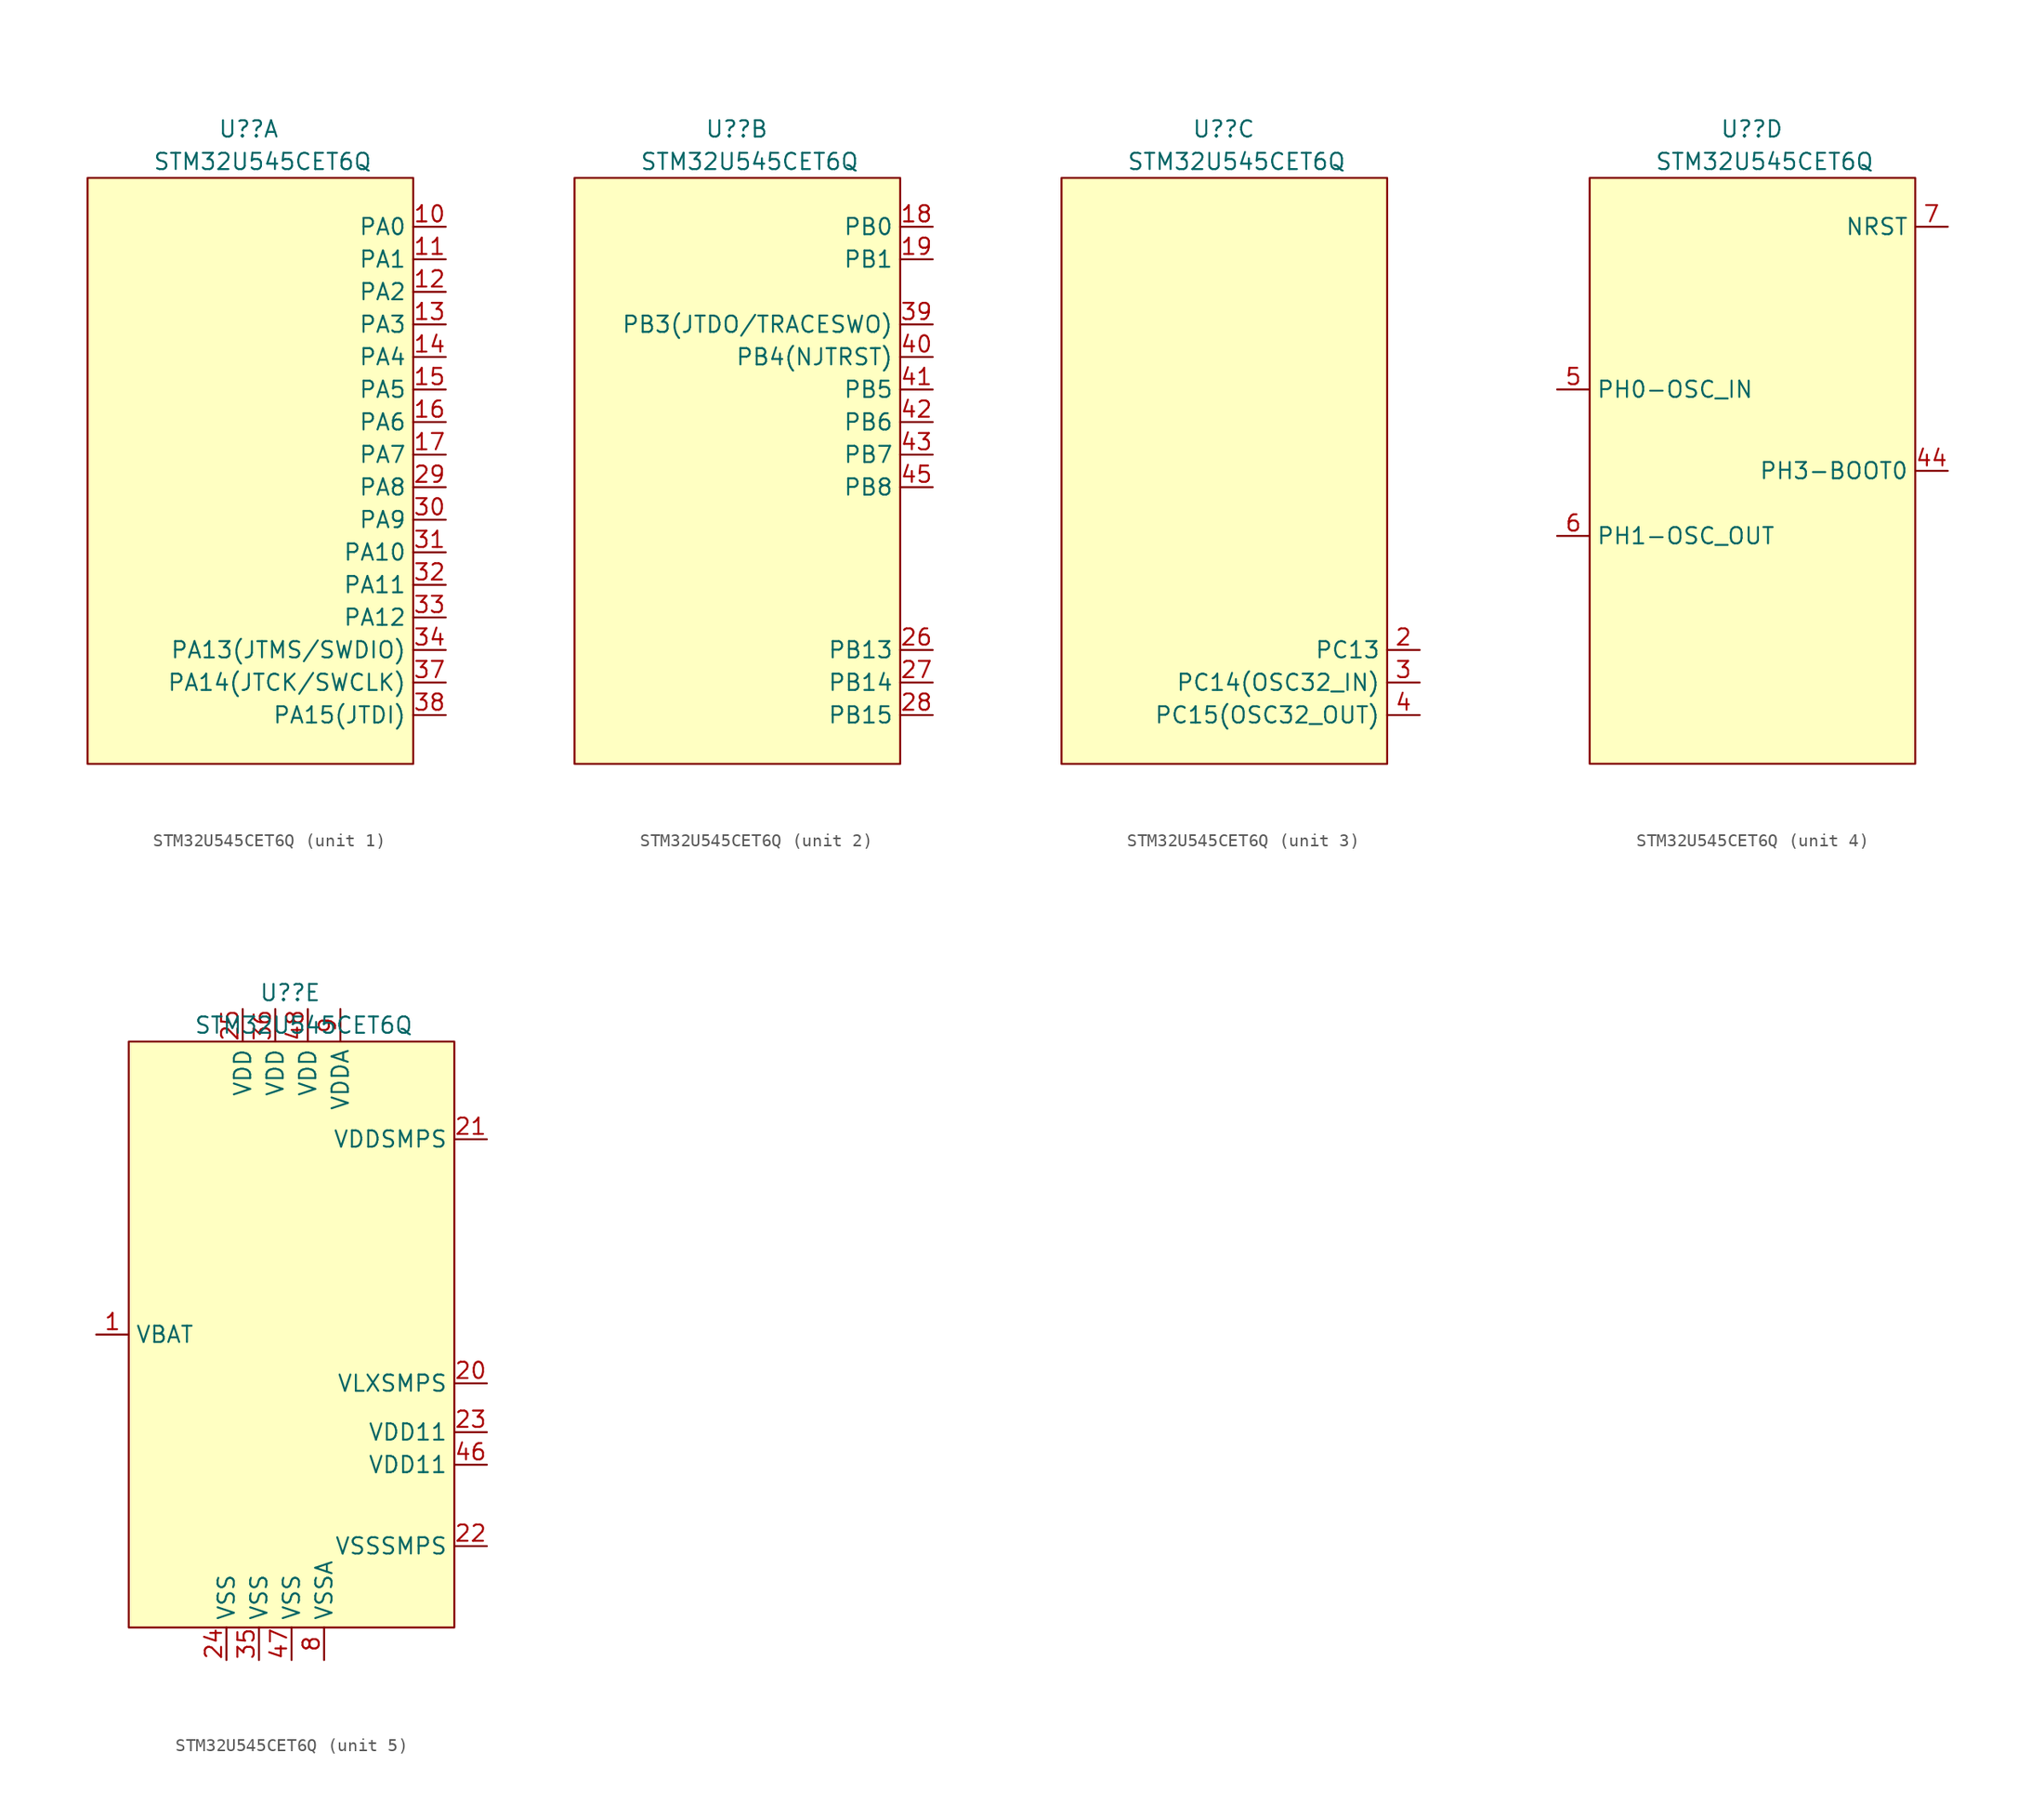
<source format=kicad_sym>
(kicad_symbol_lib
  (version 20220914)
  (generator kicad_symbol_editor)
  (symbol "STM32U545CET6Q"
    (property "Reference" "U?"
      (at -2.54 26.67 0)
      (effects (font (size 1.27 1.27)) (justify left)))
    (property "Value" "STM32U545CET6Q"
      (at -7.62 24.13 0)
      (effects (font (size 1.27 1.27)) (justify left)))
    (property "ki_locked" ""
      (at 0 0 0)
      (effects (font (size 1.27 1.27))))
    (symbol "STM32U545CET6Q_0_1"
      (rectangle (start -12.7 22.86) (end 12.7 -22.86) (stroke (width 0) (type default)) (fill (type background))))
    (symbol "STM32U545CET6Q_1_1"
      (pin bidirectional line (at 15.24 19.05 180) (length 2.54) (name "PA0" (effects (font (size 1.27 1.27)))) (number "10" (effects (font (size 1.27 1.27)))) (alternate "ADC1_IN5" bidirectional line) (alternate "AUDIOCLK" bidirectional line) (alternate "OCTOSPIM_P2_NCS" bidirectional line) (alternate "OPAMP1_VINP" bidirectional line) (alternate "PWR_WKUP1" bidirectional line) (alternate "SPI3_RDY" bidirectional line) (alternate "TAMP_IN2" bidirectional line) (alternate "TAMP_OUT1" bidirectional line) (alternate "TIM2_CH1" bidirectional line) (alternate "TIM2_ETR" bidirectional line) (alternate "TIM5_CH1" bidirectional line) (alternate "TIM8_ETR" bidirectional line) (alternate "UART4_TX" bidirectional line) (alternate "USART2_CTS" bidirectional line))
      (pin bidirectional line (at 15.24 16.51 180) (length 2.54) (name "PA1" (effects (font (size 1.27 1.27)))) (number "11" (effects (font (size 1.27 1.27)))) (alternate "ADC1_IN6" bidirectional line) (alternate "I2C1_SMBA" bidirectional line) (alternate "LPTIM1_CH2" bidirectional line) (alternate "OCTOSPIM_P1_DQS" bidirectional line) (alternate "OPAMP1_VINM" bidirectional line) (alternate "PWR_WKUP3" bidirectional line) (alternate "SPI1_SCK" bidirectional line) (alternate "TAMP_IN5" bidirectional line) (alternate "TAMP_OUT4" bidirectional line) (alternate "TIM15_CH1N" bidirectional line) (alternate "TIM2_CH2" bidirectional line) (alternate "TIM5_CH2" bidirectional line) (alternate "UART4_RX" bidirectional line) (alternate "USART2_DE" bidirectional line) (alternate "USART2_RTS" bidirectional line))
      (pin bidirectional line (at 15.24 13.97 180) (length 2.54) (name "PA2" (effects (font (size 1.27 1.27)))) (number "12" (effects (font (size 1.27 1.27)))) (alternate "ADC1_IN7" bidirectional line) (alternate "COMP1_INP" bidirectional line) (alternate "LPUART1_TX" bidirectional line) (alternate "OCTOSPIM_P1_NCS" bidirectional line) (alternate "PWR_WKUP4" bidirectional line) (alternate "RCC_LSCO" bidirectional line) (alternate "SPI1_RDY" bidirectional line) (alternate "TIM15_CH1" bidirectional line) (alternate "TIM2_CH3" bidirectional line) (alternate "TIM5_CH3" bidirectional line) (alternate "UCPD1_FRSTX1" bidirectional line) (alternate "USART2_TX" bidirectional line))
      (pin bidirectional line (at 15.24 11.43 180) (length 2.54) (name "PA3" (effects (font (size 1.27 1.27)))) (number "13" (effects (font (size 1.27 1.27)))) (alternate "ADC1_IN8" bidirectional line) (alternate "LPUART1_RX" bidirectional line) (alternate "OCTOSPIM_P1_CLK" bidirectional line) (alternate "OPAMP1_VOUT" bidirectional line) (alternate "PWR_WKUP5" bidirectional line) (alternate "SAI1_CK1" bidirectional line) (alternate "SAI1_MCLK_A" bidirectional line) (alternate "TIM15_CH2" bidirectional line) (alternate "TIM2_CH4" bidirectional line) (alternate "TIM5_CH4" bidirectional line) (alternate "USART2_RX" bidirectional line))
      (pin bidirectional line (at 15.24 8.89 180) (length 2.54) (name "PA4" (effects (font (size 1.27 1.27)))) (number "14" (effects (font (size 1.27 1.27)))) (alternate "ADC1_IN9" bidirectional line) (alternate "ADC4_IN9" bidirectional line) (alternate "DAC1_OUT1" bidirectional line) (alternate "LPTIM2_CH1" bidirectional line) (alternate "OCTOSPIM_P1_NCS" bidirectional line) (alternate "PWR_WKUP2" bidirectional line) (alternate "SAI1_FS_B" bidirectional line) (alternate "SPI1_NSS" bidirectional line) (alternate "SPI3_NSS" bidirectional line) (alternate "USART2_CK" bidirectional line))
      (pin bidirectional line (at 15.24 6.35 180) (length 2.54) (name "PA5" (effects (font (size 1.27 1.27)))) (number "15" (effects (font (size 1.27 1.27)))) (alternate "ADC1_IN10" bidirectional line) (alternate "ADC4_IN10" bidirectional line) (alternate "DAC1_OUT2" bidirectional line) (alternate "LPTIM2_ETR" bidirectional line) (alternate "PWR_CSLEEP" bidirectional line) (alternate "PWR_WKUP6" bidirectional line) (alternate "SPI1_SCK" bidirectional line) (alternate "TIM2_CH1" bidirectional line) (alternate "TIM2_ETR" bidirectional line) (alternate "TIM8_CH1N" bidirectional line) (alternate "USART3_RX" bidirectional line))
      (pin bidirectional line (at 15.24 3.81 180) (length 2.54) (name "PA6" (effects (font (size 1.27 1.27)))) (number "16" (effects (font (size 1.27 1.27)))) (alternate "ADC1_IN11" bidirectional line) (alternate "ADC4_IN11" bidirectional line) (alternate "LPUART1_CTS" bidirectional line) (alternate "OCTOSPIM_P1_IO3" bidirectional line) (alternate "OPAMP2_VINP" bidirectional line) (alternate "PWR_CDSTOP" bidirectional line) (alternate "PWR_WKUP7" bidirectional line) (alternate "SPI1_MISO" bidirectional line) (alternate "TIM16_CH1" bidirectional line) (alternate "TIM1_BKIN" bidirectional line) (alternate "TIM3_CH1" bidirectional line) (alternate "TIM8_BKIN" bidirectional line) (alternate "USART3_CTS" bidirectional line))
      (pin bidirectional line (at 15.24 1.27 180) (length 2.54) (name "PA7" (effects (font (size 1.27 1.27)))) (number "17" (effects (font (size 1.27 1.27)))) (alternate "ADC1_IN12" bidirectional line) (alternate "ADC4_IN20" bidirectional line) (alternate "I2C3_SCL" bidirectional line) (alternate "LPTIM2_CH2" bidirectional line) (alternate "OCTOSPIM_P1_IO2" bidirectional line) (alternate "OPAMP2_VINM" bidirectional line) (alternate "PWR_SRDSTOP" bidirectional line) (alternate "PWR_WKUP8" bidirectional line) (alternate "SPI1_MOSI" bidirectional line) (alternate "TIM17_CH1" bidirectional line) (alternate "TIM1_CH1N" bidirectional line) (alternate "TIM3_CH2" bidirectional line) (alternate "TIM8_CH1N" bidirectional line) (alternate "USART3_TX" bidirectional line))
      (pin bidirectional line (at 15.24 -1.27 180) (length 2.54) (name "PA8" (effects (font (size 1.27 1.27)))) (number "29" (effects (font (size 1.27 1.27)))) (alternate "DEBUG_TRACECLK" bidirectional line) (alternate "LPTIM2_CH1" bidirectional line) (alternate "RCC_MCO" bidirectional line) (alternate "SAI1_CK2" bidirectional line) (alternate "SAI1_SCK_A" bidirectional line) (alternate "SPI1_RDY" bidirectional line) (alternate "TIM1_CH1" bidirectional line) (alternate "USART1_CK" bidirectional line) (alternate "USB_OTG_FS_SOF" bidirectional line))
      (pin bidirectional line (at 15.24 -3.81 180) (length 2.54) (name "PA9" (effects (font (size 1.27 1.27)))) (number "30" (effects (font (size 1.27 1.27)))) (alternate "DAC1_EXTI9" bidirectional line) (alternate "SAI1_FS_A" bidirectional line) (alternate "SPI2_SCK" bidirectional line) (alternate "TIM15_BKIN" bidirectional line) (alternate "TIM1_CH2" bidirectional line) (alternate "USART1_TX" bidirectional line) (alternate "USB_OTG_FS_VBUS" bidirectional line))
      (pin bidirectional line (at 15.24 -6.35 180) (length 2.54) (name "PA10" (effects (font (size 1.27 1.27)))) (number "31" (effects (font (size 1.27 1.27)))) (alternate "CRS_SYNC" bidirectional line) (alternate "LPTIM2_IN2" bidirectional line) (alternate "SAI1_D1" bidirectional line) (alternate "SAI1_SD_A" bidirectional line) (alternate "TIM17_BKIN" bidirectional line) (alternate "TIM1_CH3" bidirectional line) (alternate "USART1_RX" bidirectional line) (alternate "USB_OTG_FS_ID" bidirectional line))
      (pin bidirectional line (at 15.24 -8.89 180) (length 2.54) (name "PA11" (effects (font (size 1.27 1.27)))) (number "32" (effects (font (size 1.27 1.27)))) (alternate "ADC1_EXTI11" bidirectional line) (alternate "FDCAN1_RX" bidirectional line) (alternate "SPI1_MISO" bidirectional line) (alternate "TIM1_BKIN2" bidirectional line) (alternate "TIM1_CH4" bidirectional line) (alternate "USART1_CTS" bidirectional line) (alternate "USB_OTG_FS_DM" bidirectional line))
      (pin bidirectional line (at 15.24 -11.43 180) (length 2.54) (name "PA12" (effects (font (size 1.27 1.27)))) (number "33" (effects (font (size 1.27 1.27)))) (alternate "FDCAN1_TX" bidirectional line) (alternate "OCTOSPIM_P2_NCS" bidirectional line) (alternate "SPI1_MOSI" bidirectional line) (alternate "TIM1_ETR" bidirectional line) (alternate "USART1_DE" bidirectional line) (alternate "USART1_RTS" bidirectional line) (alternate "USB_OTG_FS_DP" bidirectional line))
      (pin bidirectional line (at 15.24 -13.97 180) (length 2.54) (name "PA13(JTMS/SWDIO)" (effects (font (size 1.27 1.27)))) (number "34" (effects (font (size 1.27 1.27)))) (alternate "DEBUG_JTMS-SWDIO" bidirectional line) (alternate "IR_OUT" bidirectional line) (alternate "SAI1_SD_B" bidirectional line) (alternate "USB_OTG_FS_NOE" bidirectional line))
      (pin bidirectional line (at 15.24 -16.51 180) (length 2.54) (name "PA14(JTCK/SWCLK)" (effects (font (size 1.27 1.27)))) (number "37" (effects (font (size 1.27 1.27)))) (alternate "DEBUG_JTCK-SWCLK" bidirectional line) (alternate "I2C1_SMBA" bidirectional line) (alternate "I2C4_SMBA" bidirectional line) (alternate "LPTIM1_CH1" bidirectional line) (alternate "SAI1_FS_B" bidirectional line) (alternate "USB_OTG_FS_SOF" bidirectional line))
      (pin bidirectional line (at 15.24 -19.05 180) (length 2.54) (name "PA15(JTDI)" (effects (font (size 1.27 1.27)))) (number "38" (effects (font (size 1.27 1.27)))) (alternate "ADC1_EXTI15" bidirectional line) (alternate "ADC4_EXTI15" bidirectional line) (alternate "DEBUG_JTDI" bidirectional line) (alternate "SPI1_NSS" bidirectional line) (alternate "SPI3_NSS" bidirectional line) (alternate "TIM2_CH1" bidirectional line) (alternate "TIM2_ETR" bidirectional line) (alternate "UART4_DE" bidirectional line) (alternate "UART4_RTS" bidirectional line) (alternate "UCPD1_CC1" bidirectional line) (alternate "USART2_RX" bidirectional line) (alternate "USART3_DE" bidirectional line) (alternate "USART3_RTS" bidirectional line)))
    (symbol "STM32U545CET6Q_2_1"
      (pin bidirectional line (at 15.24 19.05 180) (length 2.54) (name "PB0" (effects (font (size 1.27 1.27)))) (number "18" (effects (font (size 1.27 1.27)))) (alternate "ADC1_IN15" bidirectional line) (alternate "ADC4_IN18" bidirectional line) (alternate "AUDIOCLK" bidirectional line) (alternate "COMP1_OUT" bidirectional line) (alternate "LPTIM3_CH1" bidirectional line) (alternate "OCTOSPIM_P1_IO1" bidirectional line) (alternate "OPAMP2_VOUT" bidirectional line) (alternate "SPI1_NSS" bidirectional line) (alternate "TIM1_CH2N" bidirectional line) (alternate "TIM3_CH3" bidirectional line) (alternate "TIM8_CH2N" bidirectional line) (alternate "USART3_CK" bidirectional line))
      (pin bidirectional line (at 15.24 16.51 180) (length 2.54) (name "PB1" (effects (font (size 1.27 1.27)))) (number "19" (effects (font (size 1.27 1.27)))) (alternate "ADC1_IN16" bidirectional line) (alternate "ADC4_IN19" bidirectional line) (alternate "COMP1_INM" bidirectional line) (alternate "LPTIM2_IN1" bidirectional line) (alternate "LPTIM3_CH2" bidirectional line) (alternate "LPUART1_DE" bidirectional line) (alternate "LPUART1_RTS" bidirectional line) (alternate "MDF1_SDI0" bidirectional line) (alternate "OCTOSPIM_P1_IO0" bidirectional line) (alternate "PWR_WKUP4" bidirectional line) (alternate "TIM1_CH3N" bidirectional line) (alternate "TIM3_CH4" bidirectional line) (alternate "TIM8_CH3N" bidirectional line) (alternate "USART3_DE" bidirectional line) (alternate "USART3_RTS" bidirectional line))
      (pin bidirectional line (at 15.24 -13.97 180) (length 2.54) (name "PB13" (effects (font (size 1.27 1.27)))) (number "26" (effects (font (size 1.27 1.27)))) (alternate "I2C2_SCL" bidirectional line) (alternate "LPTIM3_IN1" bidirectional line) (alternate "LPUART1_CTS" bidirectional line) (alternate "MDF1_CKI1" bidirectional line) (alternate "SPI2_SCK" bidirectional line) (alternate "TIM15_CH1N" bidirectional line) (alternate "TIM1_CH1N" bidirectional line) (alternate "TSC_G1_IO2" bidirectional line) (alternate "USART3_CTS" bidirectional line))
      (pin bidirectional line (at 15.24 -16.51 180) (length 2.54) (name "PB14" (effects (font (size 1.27 1.27)))) (number "27" (effects (font (size 1.27 1.27)))) (alternate "I2C2_SDA" bidirectional line) (alternate "LPTIM3_ETR" bidirectional line) (alternate "MDF1_SDI2" bidirectional line) (alternate "SPI2_MISO" bidirectional line) (alternate "TIM15_CH1" bidirectional line) (alternate "TIM1_CH2N" bidirectional line) (alternate "TIM8_CH2N" bidirectional line) (alternate "TSC_G1_IO3" bidirectional line) (alternate "UCPD1_DBCC2" bidirectional line) (alternate "USART3_DE" bidirectional line) (alternate "USART3_RTS" bidirectional line))
      (pin bidirectional line (at 15.24 -19.05 180) (length 2.54) (name "PB15" (effects (font (size 1.27 1.27)))) (number "28" (effects (font (size 1.27 1.27)))) (alternate "ADC1_EXTI15" bidirectional line) (alternate "ADC4_EXTI15" bidirectional line) (alternate "LPTIM2_IN2" bidirectional line) (alternate "MDF1_CKI2" bidirectional line) (alternate "PWR_WKUP7" bidirectional line) (alternate "RTC_REFIN" bidirectional line) (alternate "SPI2_MOSI" bidirectional line) (alternate "TIM15_CH2" bidirectional line) (alternate "TIM1_CH3N" bidirectional line) (alternate "TIM8_CH3N" bidirectional line) (alternate "UCPD1_CC2" bidirectional line))
      (pin bidirectional line (at 15.24 11.43 180) (length 2.54) (name "PB3(JTDO/TRACESWO)" (effects (font (size 1.27 1.27)))) (number "39" (effects (font (size 1.27 1.27)))) (alternate "ADF1_CCK0" bidirectional line) (alternate "COMP2_INM" bidirectional line) (alternate "CRS_SYNC" bidirectional line) (alternate "DEBUG_JTDO-SWO" bidirectional line) (alternate "I2C1_SDA" bidirectional line) (alternate "LPTIM1_CH1" bidirectional line) (alternate "SAI1_SCK_B" bidirectional line) (alternate "SPI1_SCK" bidirectional line) (alternate "SPI3_SCK" bidirectional line) (alternate "TIM2_CH2" bidirectional line) (alternate "USART1_DE" bidirectional line) (alternate "USART1_RTS" bidirectional line))
      (pin bidirectional line (at 15.24 8.89 180) (length 2.54) (name "PB4(NJTRST)" (effects (font (size 1.27 1.27)))) (number "40" (effects (font (size 1.27 1.27)))) (alternate "ADF1_SDI0" bidirectional line) (alternate "COMP2_INP" bidirectional line) (alternate "DEBUG_JTRST" bidirectional line) (alternate "I2C3_SDA" bidirectional line) (alternate "LPTIM1_CH2" bidirectional line) (alternate "SAI1_MCLK_B" bidirectional line) (alternate "SPI1_MISO" bidirectional line) (alternate "SPI3_MISO" bidirectional line) (alternate "TIM17_BKIN" bidirectional line) (alternate "TIM3_CH1" bidirectional line) (alternate "TSC_G2_IO1" bidirectional line) (alternate "USART1_CTS" bidirectional line))
      (pin bidirectional line (at 15.24 6.35 180) (length 2.54) (name "PB5" (effects (font (size 1.27 1.27)))) (number "41" (effects (font (size 1.27 1.27)))) (alternate "COMP2_OUT" bidirectional line) (alternate "I2C1_SMBA" bidirectional line) (alternate "LPTIM1_IN1" bidirectional line) (alternate "OCTOSPIM_P1_NCLK" bidirectional line) (alternate "PWR_WKUP6" bidirectional line) (alternate "SAI1_SD_B" bidirectional line) (alternate "SPI1_MOSI" bidirectional line) (alternate "SPI3_MOSI" bidirectional line) (alternate "TIM16_BKIN" bidirectional line) (alternate "TIM3_CH2" bidirectional line) (alternate "TSC_G2_IO2" bidirectional line) (alternate "UCPD1_DBCC1" bidirectional line) (alternate "USART1_CK" bidirectional line))
      (pin bidirectional line (at 15.24 3.81 180) (length 2.54) (name "PB6" (effects (font (size 1.27 1.27)))) (number "42" (effects (font (size 1.27 1.27)))) (alternate "COMP2_INP" bidirectional line) (alternate "I2C1_SCL" bidirectional line) (alternate "I2C4_SCL" bidirectional line) (alternate "LPTIM1_ETR" bidirectional line) (alternate "MDF1_SDI5" bidirectional line) (alternate "PWR_WKUP3" bidirectional line) (alternate "SAI1_FS_B" bidirectional line) (alternate "TIM16_CH1N" bidirectional line) (alternate "TIM4_CH1" bidirectional line) (alternate "TIM8_BKIN2" bidirectional line) (alternate "TSC_G2_IO3" bidirectional line) (alternate "USART1_TX" bidirectional line))
      (pin bidirectional line (at 15.24 1.27 180) (length 2.54) (name "PB7" (effects (font (size 1.27 1.27)))) (number "43" (effects (font (size 1.27 1.27)))) (alternate "COMP2_INM" bidirectional line) (alternate "I2C1_SDA" bidirectional line) (alternate "I2C4_SDA" bidirectional line) (alternate "LPTIM1_IN2" bidirectional line) (alternate "MDF1_CKI5" bidirectional line) (alternate "PWR_PVD_IN" bidirectional line) (alternate "PWR_WKUP4" bidirectional line) (alternate "TIM17_CH1N" bidirectional line) (alternate "TIM4_CH2" bidirectional line) (alternate "TIM8_BKIN" bidirectional line) (alternate "TSC_G2_IO4" bidirectional line) (alternate "UART4_CTS" bidirectional line) (alternate "USART1_RX" bidirectional line))
      (pin bidirectional line (at 15.24 -1.27 180) (length 2.54) (name "PB8" (effects (font (size 1.27 1.27)))) (number "45" (effects (font (size 1.27 1.27)))) (alternate "FDCAN1_RX" bidirectional line) (alternate "I2C1_SCL" bidirectional line) (alternate "MDF1_CCK0" bidirectional line) (alternate "PWR_WKUP5" bidirectional line) (alternate "SAI1_CK1" bidirectional line) (alternate "SAI1_MCLK_A" bidirectional line) (alternate "SPI3_RDY" bidirectional line) (alternate "TIM16_CH1" bidirectional line) (alternate "TIM4_CH3" bidirectional line)))
    (symbol "STM32U545CET6Q_3_1"
      (pin bidirectional line (at 15.24 -13.97 180) (length 2.54) (name "PC13" (effects (font (size 1.27 1.27)))) (number "2" (effects (font (size 1.27 1.27)))) (alternate "PWR_WKUP2" bidirectional line) (alternate "RTC_OUT1" bidirectional line) (alternate "RTC_TS" bidirectional line) (alternate "TAMP_IN1" bidirectional line) (alternate "TAMP_OUT2" bidirectional line))
      (pin bidirectional line (at 15.24 -16.51 180) (length 2.54) (name "PC14(OSC32_IN)" (effects (font (size 1.27 1.27)))) (number "3" (effects (font (size 1.27 1.27)))) (alternate "RCC_OSC32_IN" bidirectional line))
      (pin bidirectional line (at 15.24 -19.05 180) (length 2.54) (name "PC15(OSC32_OUT)" (effects (font (size 1.27 1.27)))) (number "4" (effects (font (size 1.27 1.27)))) (alternate "ADC1_EXTI15" bidirectional line) (alternate "ADC4_EXTI15" bidirectional line) (alternate "RCC_OSC32_OUT" bidirectional line)))
    (symbol "STM32U545CET6Q_4_1"
      (pin bidirectional line (at 15.24 0 180) (length 2.54) (name "PH3-BOOT0" (effects (font (size 1.27 1.27)))) (number "44" (effects (font (size 1.27 1.27)))))
      (pin bidirectional line (at -15.24 6.35 0) (length 2.54) (name "PH0-OSC_IN" (effects (font (size 1.27 1.27)))) (number "5" (effects (font (size 1.27 1.27)))) (alternate "RCC_OSC_IN" bidirectional line))
      (pin bidirectional line (at -15.24 -5.08 0) (length 2.54) (name "PH1-OSC_OUT" (effects (font (size 1.27 1.27)))) (number "6" (effects (font (size 1.27 1.27)))) (alternate "RCC_OSC_OUT" bidirectional line))
      (pin input line (at 15.24 19.05 180) (length 2.54) (name "NRST" (effects (font (size 1.27 1.27)))) (number "7" (effects (font (size 1.27 1.27))))))
    (symbol "STM32U545CET6Q_5_1"
      (pin power_in line (at -15.24 0 0) (length 2.54) (name "VBAT" (effects (font (size 1.27 1.27)))) (number "1" (effects (font (size 1.27 1.27)))))
      (pin bidirectional line (at 15.24 -3.81 180) (length 2.54) (name "VLXSMPS" (effects (font (size 1.27 1.27)))) (number "20" (effects (font (size 1.27 1.27)))) (alternate "ADC1_IN17" bidirectional line) (alternate "COMP1_INP" bidirectional line) (alternate "I2C3_SMBA" bidirectional line) (alternate "LPTIM1_CH1" bidirectional line) (alternate "MDF1_CKI0" bidirectional line) (alternate "OCTOSPIM_P1_DQS" bidirectional line) (alternate "PWR_WKUP1" bidirectional line) (alternate "RTC_OUT2" bidirectional line) (alternate "SPI1_RDY" bidirectional line) (alternate "TIM8_CH4N" bidirectional line) (alternate "UCPD1_FRSTX1" bidirectional line))
      (pin power_in line (at 15.24 15.24 180) (length 2.54) (name "VDDSMPS" (effects (font (size 1.27 1.27)))) (number "21" (effects (font (size 1.27 1.27)))) (alternate "COMP1_OUT" bidirectional line) (alternate "I2C2_SCL" bidirectional line) (alternate "I2C4_SCL" bidirectional line) (alternate "LPTIM3_CH1" bidirectional line) (alternate "LPUART1_RX" bidirectional line) (alternate "OCTOSPIM_P1_CLK" bidirectional line) (alternate "PWR_WKUP8" bidirectional line) (alternate "SAI1_SCK_A" bidirectional line) (alternate "SPI2_SCK" bidirectional line) (alternate "TIM2_CH3" bidirectional line) (alternate "TSC_SYNC" bidirectional line) (alternate "USART3_TX" bidirectional line))
      (pin power_in line (at 15.24 -16.51 180) (length 2.54) (name "VSSSMPS" (effects (font (size 1.27 1.27)))) (number "22" (effects (font (size 1.27 1.27)))))
      (pin input line (at 15.24 -7.62 180) (length 2.54) (name "VDD11" (effects (font (size 1.27 1.27)))) (number "23" (effects (font (size 1.27 1.27)))))
      (pin power_in line (at -5.08 -25.4 90) (length 2.54) (name "VSS" (effects (font (size 1.27 1.27)))) (number "24" (effects (font (size 1.27 1.27)))))
      (pin power_in line (at -3.81 25.4 270) (length 2.54) (name "VDD" (effects (font (size 1.27 1.27)))) (number "25" (effects (font (size 1.27 1.27)))) (alternate "I2C2_SMBA" bidirectional line) (alternate "LPUART1_DE" bidirectional line) (alternate "LPUART1_RTS" bidirectional line) (alternate "MDF1_SDI1" bidirectional line) (alternate "OCTOSPIM_P1_NCLK" bidirectional line) (alternate "SPI2_NSS" bidirectional line) (alternate "TIM15_BKIN" bidirectional line) (alternate "TIM1_BKIN" bidirectional line) (alternate "TSC_G1_IO1" bidirectional line) (alternate "USART3_CK" bidirectional line))
      (pin power_in line (at -2.54 -25.4 90) (length 2.54) (name "VSS" (effects (font (size 1.27 1.27)))) (number "35" (effects (font (size 1.27 1.27)))))
      (pin power_in line (at -1.27 25.4 270) (length 2.54) (name "VDD" (effects (font (size 1.27 1.27)))) (number "36" (effects (font (size 1.27 1.27)))))
      (pin input line (at 15.24 -10.16 180) (length 2.54) (name "VDD11" (effects (font (size 1.27 1.27)))) (number "46" (effects (font (size 1.27 1.27)))) (alternate "DAC1_EXTI9" bidirectional line) (alternate "FDCAN1_TX" bidirectional line) (alternate "I2C1_SDA" bidirectional line) (alternate "IR_OUT" bidirectional line) (alternate "SAI1_D2" bidirectional line) (alternate "SAI1_FS_A" bidirectional line) (alternate "SPI2_NSS" bidirectional line) (alternate "TIM17_CH1" bidirectional line) (alternate "TIM4_CH4" bidirectional line))
      (pin power_in line (at 0 -25.4 90) (length 2.54) (name "VSS" (effects (font (size 1.27 1.27)))) (number "47" (effects (font (size 1.27 1.27)))))
      (pin power_in line (at 1.27 25.4 270) (length 2.54) (name "VDD" (effects (font (size 1.27 1.27)))) (number "48" (effects (font (size 1.27 1.27)))))
      (pin power_in line (at 2.54 -25.4 90) (length 2.54) (name "VSSA" (effects (font (size 1.27 1.27)))) (number "8" (effects (font (size 1.27 1.27)))))
      (pin power_in line (at 3.81 25.4 270) (length 2.54) (name "VDDA" (effects (font (size 1.27 1.27)))) (number "9" (effects (font (size 1.27 1.27))))))))
</source>
